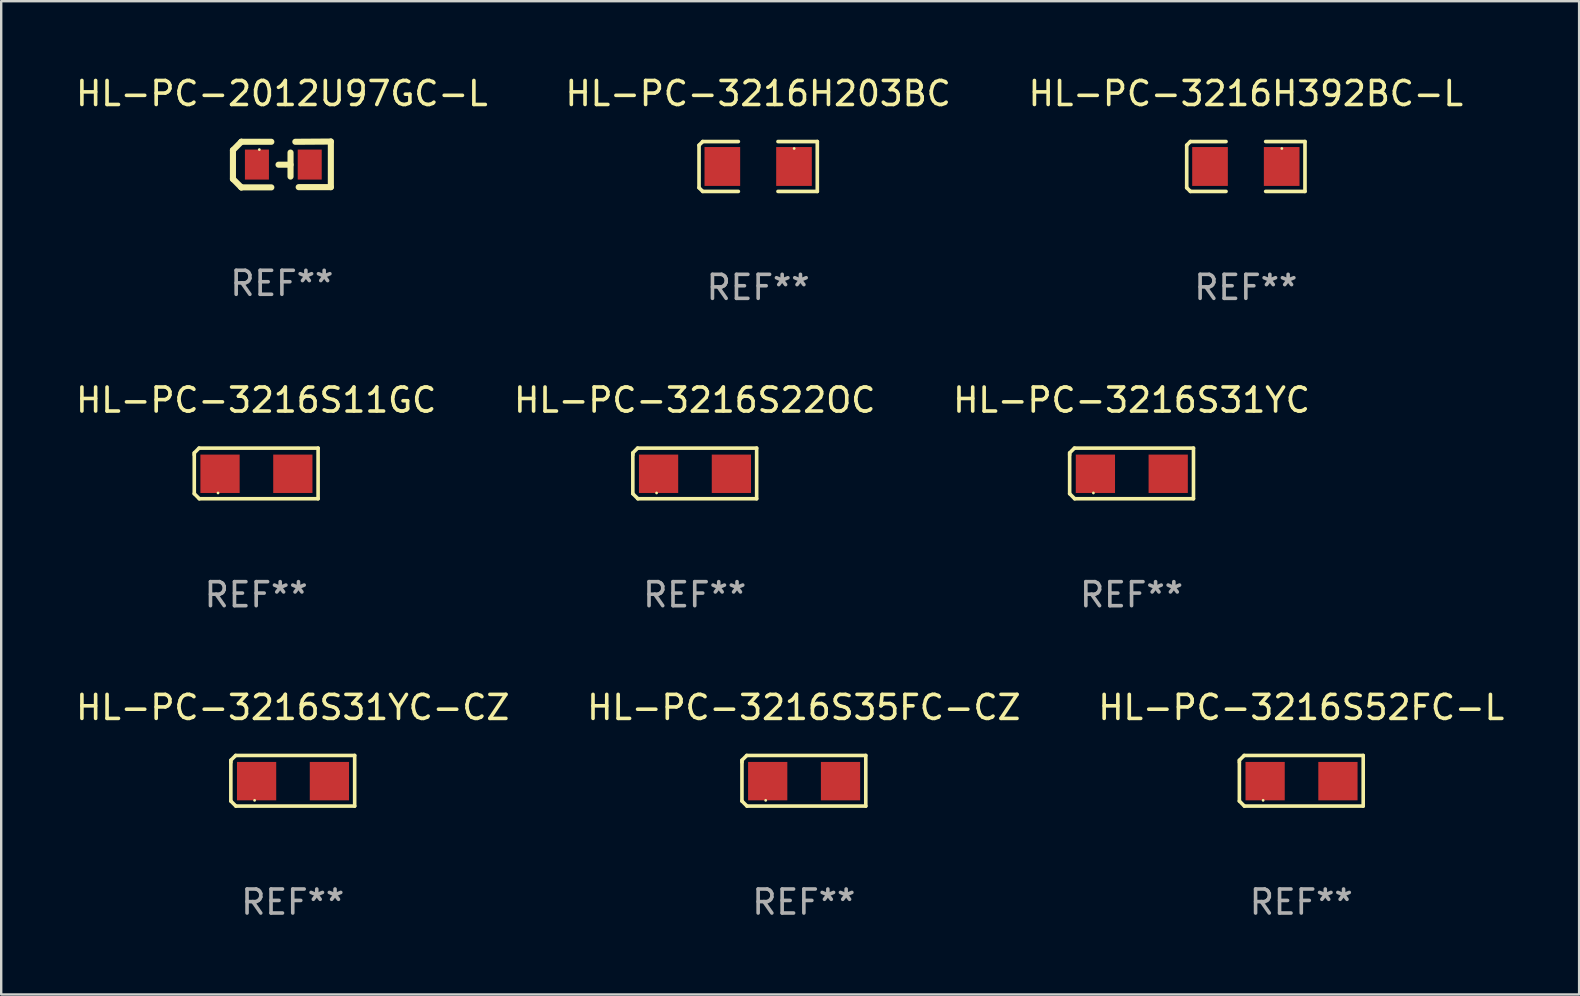
<source format=kicad_pcb>
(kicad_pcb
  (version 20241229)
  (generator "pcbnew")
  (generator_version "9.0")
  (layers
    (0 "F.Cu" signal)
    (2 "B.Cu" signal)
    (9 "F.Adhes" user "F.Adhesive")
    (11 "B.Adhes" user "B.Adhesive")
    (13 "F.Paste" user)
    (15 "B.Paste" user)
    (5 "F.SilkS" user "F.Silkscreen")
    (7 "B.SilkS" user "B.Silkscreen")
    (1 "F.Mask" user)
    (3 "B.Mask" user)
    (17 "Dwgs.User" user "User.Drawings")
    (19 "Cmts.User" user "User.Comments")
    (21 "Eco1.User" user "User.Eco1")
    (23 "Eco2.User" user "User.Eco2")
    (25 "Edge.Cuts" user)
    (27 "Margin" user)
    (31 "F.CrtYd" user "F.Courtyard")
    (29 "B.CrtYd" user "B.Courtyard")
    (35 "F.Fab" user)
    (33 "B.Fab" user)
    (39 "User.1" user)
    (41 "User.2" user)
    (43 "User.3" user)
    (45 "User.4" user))
  (footprint "HL-PC-3216H392BC-L"
    (layer "F.Cu")
    (at 48.863 3.887)
    (property "Reference" "HL-PC-3216H392BC-L" (at 0 -3.039 0) (layer "F.SilkS") (effects (font (size 1 1) (thickness 0.15))))
    (attr through_hole)
    (fp_line (start -2.464 -0.886) (end -2.311 -1.039) (stroke (width 0.152) (type solid)) (layer "F.SilkS"))
    (fp_line (start -2.464 0.886) (end -2.464 -0.886) (stroke (width 0.152) (type solid)) (layer "F.SilkS"))
    (fp_line (start -2.311 -1.039) (end -0.826 -1.039) (stroke (width 0.152) (type solid)) (layer "F.SilkS"))
    (fp_line (start -2.311 1.039) (end -2.464 0.886) (stroke (width 0.152) (type solid)) (layer "F.SilkS"))
    (fp_line (start -0.826 1.039) (end -2.311 1.039) (stroke (width 0.152) (type solid)) (layer "F.SilkS"))
    (fp_line (start 0.826 1.039) (end 2.464 1.039) (stroke (width 0.152) (type solid)) (layer "F.SilkS"))
    (fp_line (start 2.464 -1.039) (end 0.826 -1.039) (stroke (width 0.152) (type solid)) (layer "F.SilkS"))
    (fp_line (start 2.464 1.039) (end 2.464 -1.039) (stroke (width 0.152) (type solid)) (layer "F.SilkS"))
    (fp_circle (center 1.5 -0.75) (end 1.53 -0.75) (stroke (width 0.06) (type solid)) (fill no) (layer "F.SilkS"))
    (fp_text user "REF**" (at 0 5.039 0) (layer "F.Fab") (effects (font (size 1 1) (thickness 0.15))))
    (pad "1" smd rect (at 1.493 0) (size 1.485 1.62) (layers "F.Cu" "F.Mask" "F.Paste"))
    (pad "2" smd rect (at -1.493 0) (size 1.485 1.62) (layers "F.Cu" "F.Mask" "F.Paste")))
  (footprint "HL-PC-3216S35FC-CZ"
    (layer "F.Cu")
    (at 30.446 29.484)
    (property "Reference" "HL-PC-3216S35FC-CZ" (at 0 -3.055 0) (layer "F.SilkS") (effects (font (size 1 1) (thickness 0.15))))
    (attr through_hole)
    (fp_line (start -2.58 -0.855) (end -2.38 -1.055) (stroke (width 0.15) (type solid)) (layer "F.SilkS"))
    (fp_line (start -2.58 -0.775) (end -2.58 -0.855) (stroke (width 0.15) (type solid)) (layer "F.SilkS"))
    (fp_line (start -2.58 -0.775) (end -2.58 0.845) (stroke (width 0.15) (type solid)) (layer "F.SilkS"))
    (fp_line (start -2.58 0.845) (end -2.37 1.055) (stroke (width 0.15) (type solid)) (layer "F.SilkS"))
    (fp_line (start -2.38 -1.055) (end 2.58 -1.055) (stroke (width 0.15) (type solid)) (layer "F.SilkS"))
    (fp_line (start 2.58 -1.055) (end 2.58 1.055) (stroke (width 0.15) (type solid)) (layer "F.SilkS"))
    (fp_line (start 2.58 1.055) (end -2.37 1.055) (stroke (width 0.15) (type solid)) (layer "F.SilkS"))
    (fp_circle (center -1.59 0.815) (end -1.56 0.815) (stroke (width 0.06) (type solid)) (fill no) (layer "F.SilkS"))
    (fp_text user "REF**" (at 0 5.055 0) (layer "F.Fab") (effects (font (size 1 1) (thickness 0.15))))
    (pad "1" smd rect (at -1.507 0.015) (size 1.635 1.6) (layers "F.Cu" "F.Mask" "F.Paste"))
    (pad "2" smd rect (at 1.527 0.015) (size 1.635 1.6) (layers "F.Cu" "F.Mask" "F.Paste")))
  (footprint "HL-PC-3216S31YC-CZ"
    (layer "F.Cu")
    (at 9.149 29.484)
    (property "Reference" "HL-PC-3216S31YC-CZ" (at 0 -3.055 0) (layer "F.SilkS") (effects (font (size 1 1) (thickness 0.15))))
    (attr through_hole)
    (fp_line (start -2.58 -0.855) (end -2.38 -1.055) (stroke (width 0.15) (type solid)) (layer "F.SilkS"))
    (fp_line (start -2.58 -0.775) (end -2.58 -0.855) (stroke (width 0.15) (type solid)) (layer "F.SilkS"))
    (fp_line (start -2.58 -0.775) (end -2.58 0.845) (stroke (width 0.15) (type solid)) (layer "F.SilkS"))
    (fp_line (start -2.58 0.845) (end -2.37 1.055) (stroke (width 0.15) (type solid)) (layer "F.SilkS"))
    (fp_line (start -2.38 -1.055) (end 2.58 -1.055) (stroke (width 0.15) (type solid)) (layer "F.SilkS"))
    (fp_line (start 2.58 -1.055) (end 2.58 1.055) (stroke (width 0.15) (type solid)) (layer "F.SilkS"))
    (fp_line (start 2.58 1.055) (end -2.37 1.055) (stroke (width 0.15) (type solid)) (layer "F.SilkS"))
    (fp_circle (center -1.59 0.815) (end -1.56 0.815) (stroke (width 0.06) (type solid)) (fill no) (layer "F.SilkS"))
    (fp_text user "REF**" (at 0 5.055 0) (layer "F.Fab") (effects (font (size 1 1) (thickness 0.15))))
    (pad "1" smd rect (at -1.507 0.015) (size 1.635 1.6) (layers "F.Cu" "F.Mask" "F.Paste"))
    (pad "2" smd rect (at 1.527 0.015) (size 1.635 1.6) (layers "F.Cu" "F.Mask" "F.Paste")))
  (footprint "HL-PC-2012U97GC-L"
    (layer "F.Cu")
    (at 8.696 3.803)
    (property "Reference" "HL-PC-2012U97GC-L" (at 0 -2.955 0) (layer "F.SilkS") (effects (font (size 1 1) (thickness 0.15))))
    (attr through_hole)
    (fp_line (start -2.04 -0.595) (end -2.04 0.605) (stroke (width 0.254) (type solid)) (layer "F.SilkS"))
    (fp_line (start -1.69 -0.945) (end -1.69 -0.945) (stroke (width 0.254) (type solid)) (layer "F.SilkS"))
    (fp_line (start -1.69 -0.945) (end -2.04 -0.595) (stroke (width 0.254) (type solid)) (layer "F.SilkS"))
    (fp_line (start -1.69 0.955) (end -2.04 0.605) (stroke (width 0.254) (type solid)) (layer "F.SilkS"))
    (fp_line (start -1.69 0.955) (end -1.69 0.955) (stroke (width 0.254) (type solid)) (layer "F.SilkS"))
    (fp_line (start -0.44 -0.945) (end -1.69 -0.945) (stroke (width 0.254) (type solid)) (layer "F.SilkS"))
    (fp_line (start -0.44 0.955) (end -1.69 0.955) (stroke (width 0.254) (type solid)) (layer "F.SilkS"))
    (fp_line (start 0.36 -0.495) (end 0.36 0.505) (stroke (width 0.254) (type solid)) (layer "F.SilkS"))
    (fp_line (start 0.36 0.01) (end -0.14 0.01) (stroke (width 0.254) (type solid)) (layer "F.SilkS"))
    (fp_line (start 0.56 -0.945) (end 2.04 -0.955) (stroke (width 0.254) (type solid)) (layer "F.SilkS"))
    (fp_line (start 0.7 0.945) (end 2.04 0.945) (stroke (width 0.254) (type solid)) (layer "F.SilkS"))
    (fp_line (start 2.04 -0.955) (end 2.04 0.945) (stroke (width 0.254) (type solid)) (layer "F.SilkS"))
    (fp_circle (center -0.94 -0.62) (end -0.91 -0.62) (stroke (width 0.06) (type solid)) (fill no) (layer "F.SilkS"))
    (fp_text user "REF**" (at 0 4.955 0) (layer "F.Fab") (effects (font (size 1 1) (thickness 0.15))))
    (pad "1" smd rect (at -1.04 0.005 180) (size 1 1.25) (layers "F.Cu" "F.Mask" "F.Paste"))
    (pad "2" smd rect (at 1.16 0.005 180) (size 1 1.25) (layers "F.Cu" "F.Mask" "F.Paste")))
  (footprint "HL-PC-3216S52FC-L"
    (layer "F.Cu")
    (at 51.173 29.484)
    (property "Reference" "HL-PC-3216S52FC-L" (at 0 -3.055 0) (layer "F.SilkS") (effects (font (size 1 1) (thickness 0.15))))
    (attr through_hole)
    (fp_line (start -2.58 -0.855) (end -2.38 -1.055) (stroke (width 0.15) (type solid)) (layer "F.SilkS"))
    (fp_line (start -2.58 -0.775) (end -2.58 -0.855) (stroke (width 0.15) (type solid)) (layer "F.SilkS"))
    (fp_line (start -2.58 -0.775) (end -2.58 0.845) (stroke (width 0.15) (type solid)) (layer "F.SilkS"))
    (fp_line (start -2.58 0.845) (end -2.37 1.055) (stroke (width 0.15) (type solid)) (layer "F.SilkS"))
    (fp_line (start -2.38 -1.055) (end 2.58 -1.055) (stroke (width 0.15) (type solid)) (layer "F.SilkS"))
    (fp_line (start 2.58 -1.055) (end 2.58 1.055) (stroke (width 0.15) (type solid)) (layer "F.SilkS"))
    (fp_line (start 2.58 1.055) (end -2.37 1.055) (stroke (width 0.15) (type solid)) (layer "F.SilkS"))
    (fp_circle (center -1.59 0.815) (end -1.56 0.815) (stroke (width 0.06) (type solid)) (fill no) (layer "F.SilkS"))
    (fp_text user "REF**" (at 0 5.055 0) (layer "F.Fab") (effects (font (size 1 1) (thickness 0.15))))
    (pad "1" smd rect (at -1.507 0.015) (size 1.635 1.6) (layers "F.Cu" "F.Mask" "F.Paste"))
    (pad "2" smd rect (at 1.527 0.015) (size 1.635 1.6) (layers "F.Cu" "F.Mask" "F.Paste")))
  (footprint "HL-PC-3216S11GC"
    (layer "F.Cu")
    (at 7.625 16.677)
    (property "Reference" "HL-PC-3216S11GC" (at 0 -3.055 0) (layer "F.SilkS") (effects (font (size 1 1) (thickness 0.15))))
    (attr through_hole)
    (fp_line (start -2.58 -0.855) (end -2.38 -1.055) (stroke (width 0.15) (type solid)) (layer "F.SilkS"))
    (fp_line (start -2.58 -0.775) (end -2.58 -0.855) (stroke (width 0.15) (type solid)) (layer "F.SilkS"))
    (fp_line (start -2.58 -0.775) (end -2.58 0.845) (stroke (width 0.15) (type solid)) (layer "F.SilkS"))
    (fp_line (start -2.58 0.845) (end -2.37 1.055) (stroke (width 0.15) (type solid)) (layer "F.SilkS"))
    (fp_line (start -2.38 -1.055) (end 2.58 -1.055) (stroke (width 0.15) (type solid)) (layer "F.SilkS"))
    (fp_line (start 2.58 -1.055) (end 2.58 1.055) (stroke (width 0.15) (type solid)) (layer "F.SilkS"))
    (fp_line (start 2.58 1.055) (end -2.37 1.055) (stroke (width 0.15) (type solid)) (layer "F.SilkS"))
    (fp_circle (center -1.59 0.815) (end -1.56 0.815) (stroke (width 0.06) (type solid)) (fill no) (layer "F.SilkS"))
    (fp_text user "REF**" (at 0 5.055 0) (layer "F.Fab") (effects (font (size 1 1) (thickness 0.15))))
    (pad "1" smd rect (at -1.507 0.015) (size 1.635 1.6) (layers "F.Cu" "F.Mask" "F.Paste"))
    (pad "2" smd rect (at 1.527 0.015) (size 1.635 1.6) (layers "F.Cu" "F.Mask" "F.Paste")))
  (footprint "HL-PC-3216S31YC"
    (layer "F.Cu")
    (at 44.101 16.677)
    (property "Reference" "HL-PC-3216S31YC" (at 0 -3.055 0) (layer "F.SilkS") (effects (font (size 1 1) (thickness 0.15))))
    (attr through_hole)
    (fp_line (start -2.58 -0.855) (end -2.38 -1.055) (stroke (width 0.15) (type solid)) (layer "F.SilkS"))
    (fp_line (start -2.58 -0.775) (end -2.58 -0.855) (stroke (width 0.15) (type solid)) (layer "F.SilkS"))
    (fp_line (start -2.58 -0.775) (end -2.58 0.845) (stroke (width 0.15) (type solid)) (layer "F.SilkS"))
    (fp_line (start -2.58 0.845) (end -2.37 1.055) (stroke (width 0.15) (type solid)) (layer "F.SilkS"))
    (fp_line (start -2.38 -1.055) (end 2.58 -1.055) (stroke (width 0.15) (type solid)) (layer "F.SilkS"))
    (fp_line (start 2.58 -1.055) (end 2.58 1.055) (stroke (width 0.15) (type solid)) (layer "F.SilkS"))
    (fp_line (start 2.58 1.055) (end -2.37 1.055) (stroke (width 0.15) (type solid)) (layer "F.SilkS"))
    (fp_circle (center -1.59 0.815) (end -1.56 0.815) (stroke (width 0.06) (type solid)) (fill no) (layer "F.SilkS"))
    (fp_text user "REF**" (at 0 5.055 0) (layer "F.Fab") (effects (font (size 1 1) (thickness 0.15))))
    (pad "1" smd rect (at -1.507 0.015) (size 1.635 1.6) (layers "F.Cu" "F.Mask" "F.Paste"))
    (pad "2" smd rect (at 1.527 0.015) (size 1.635 1.6) (layers "F.Cu" "F.Mask" "F.Paste")))
  (footprint "HL-PC-3216S22OC"
    (layer "F.Cu")
    (at 25.899 16.677)
    (property "Reference" "HL-PC-3216S22OC" (at 0 -3.055 0) (layer "F.SilkS") (effects (font (size 1 1) (thickness 0.15))))
    (attr through_hole)
    (fp_line (start -2.58 -0.855) (end -2.38 -1.055) (stroke (width 0.15) (type solid)) (layer "F.SilkS"))
    (fp_line (start -2.58 -0.775) (end -2.58 -0.855) (stroke (width 0.15) (type solid)) (layer "F.SilkS"))
    (fp_line (start -2.58 -0.775) (end -2.58 0.845) (stroke (width 0.15) (type solid)) (layer "F.SilkS"))
    (fp_line (start -2.58 0.845) (end -2.37 1.055) (stroke (width 0.15) (type solid)) (layer "F.SilkS"))
    (fp_line (start -2.38 -1.055) (end 2.58 -1.055) (stroke (width 0.15) (type solid)) (layer "F.SilkS"))
    (fp_line (start 2.58 -1.055) (end 2.58 1.055) (stroke (width 0.15) (type solid)) (layer "F.SilkS"))
    (fp_line (start 2.58 1.055) (end -2.37 1.055) (stroke (width 0.15) (type solid)) (layer "F.SilkS"))
    (fp_circle (center -1.59 0.815) (end -1.56 0.815) (stroke (width 0.06) (type solid)) (fill no) (layer "F.SilkS"))
    (fp_text user "REF**" (at 0 5.055 0) (layer "F.Fab") (effects (font (size 1 1) (thickness 0.15))))
    (pad "1" smd rect (at -1.507 0.015) (size 1.635 1.6) (layers "F.Cu" "F.Mask" "F.Paste"))
    (pad "2" smd rect (at 1.527 0.015) (size 1.635 1.6) (layers "F.Cu" "F.Mask" "F.Paste")))
  (footprint "HL-PC-3216H203BC"
    (layer "F.Cu")
    (at 28.542 3.887)
    (property "Reference" "HL-PC-3216H203BC" (at 0 -3.039 0) (layer "F.SilkS") (effects (font (size 1 1) (thickness 0.15))))
    (attr through_hole)
    (fp_line (start -2.464 -0.886) (end -2.311 -1.039) (stroke (width 0.152) (type solid)) (layer "F.SilkS"))
    (fp_line (start -2.464 0.886) (end -2.464 -0.886) (stroke (width 0.152) (type solid)) (layer "F.SilkS"))
    (fp_line (start -2.311 -1.039) (end -0.826 -1.039) (stroke (width 0.152) (type solid)) (layer "F.SilkS"))
    (fp_line (start -2.311 1.039) (end -2.464 0.886) (stroke (width 0.152) (type solid)) (layer "F.SilkS"))
    (fp_line (start -0.826 1.039) (end -2.311 1.039) (stroke (width 0.152) (type solid)) (layer "F.SilkS"))
    (fp_line (start 0.826 1.039) (end 2.464 1.039) (stroke (width 0.152) (type solid)) (layer "F.SilkS"))
    (fp_line (start 2.464 -1.039) (end 0.826 -1.039) (stroke (width 0.152) (type solid)) (layer "F.SilkS"))
    (fp_line (start 2.464 1.039) (end 2.464 -1.039) (stroke (width 0.152) (type solid)) (layer "F.SilkS"))
    (fp_circle (center 1.5 -0.75) (end 1.53 -0.75) (stroke (width 0.06) (type solid)) (fill no) (layer "F.SilkS"))
    (fp_text user "REF**" (at 0 5.039 0) (layer "F.Fab") (effects (font (size 1 1) (thickness 0.15))))
    (pad "1" smd rect (at 1.493 0) (size 1.485 1.62) (layers "F.Cu" "F.Mask" "F.Paste"))
    (pad "2" smd rect (at -1.493 0) (size 1.485 1.62) (layers "F.Cu" "F.Mask" "F.Paste")))
  (gr_rect
    (start -3 -3)
    (end 62.75 38.387)
    (stroke (width 0.1) (type default))
    (fill no)
    (layer "Edge.Cuts")))
</source>
